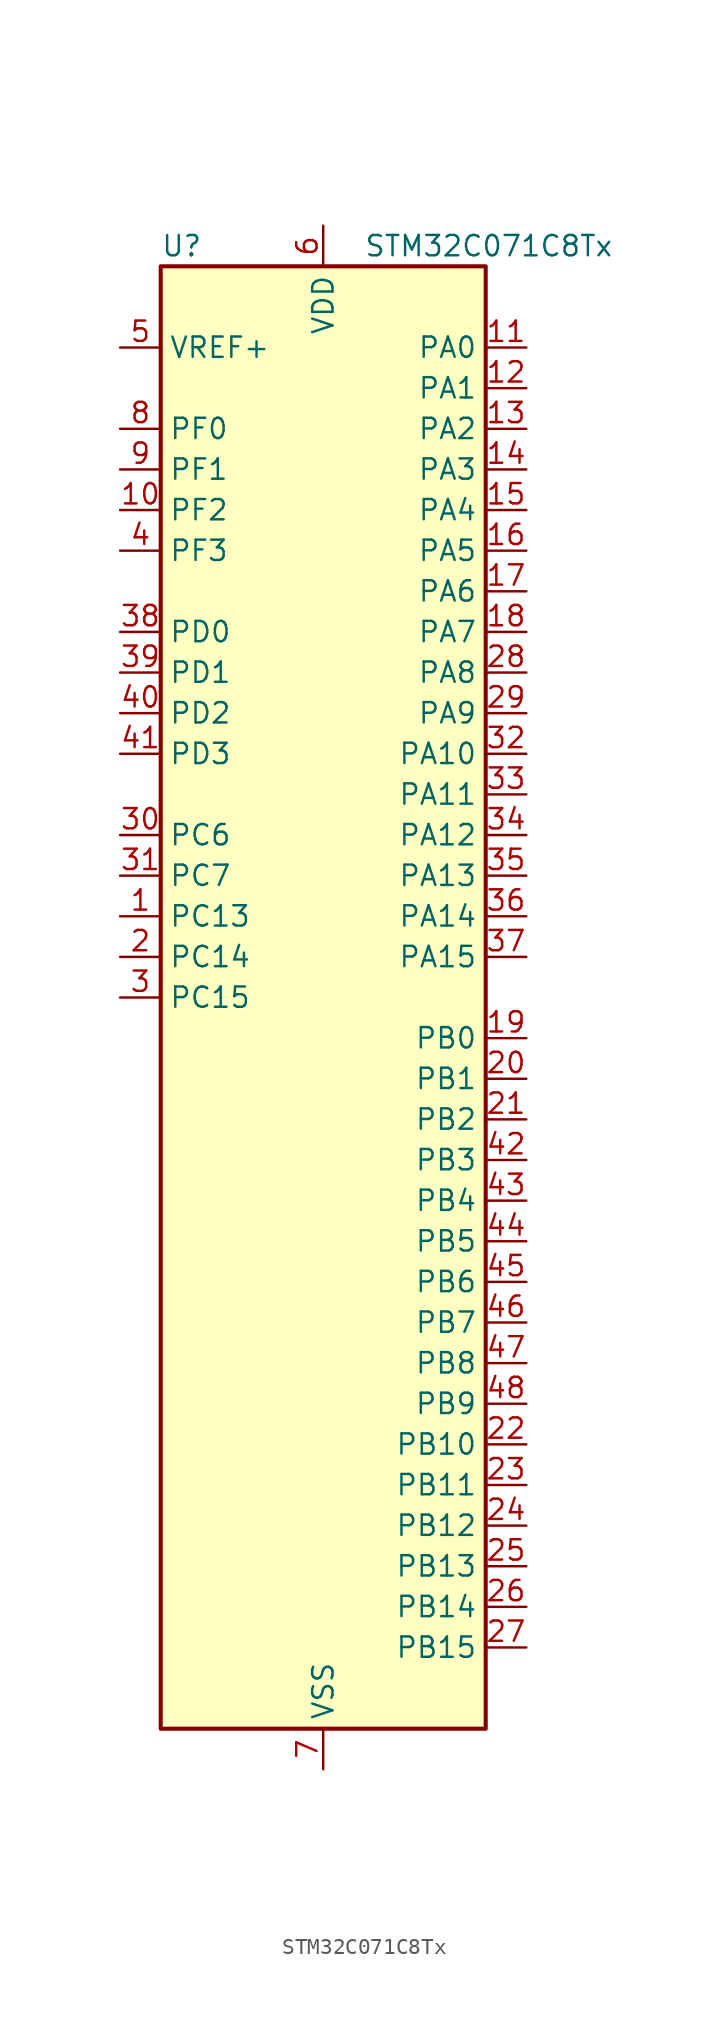
<source format=kicad_sym>
(kicad_symbol_lib
  (version 20241209)
  (generator "kicad_symbol_editor")
  (generator_version "9.0")
  (symbol "STM32C071C8Tx"
    (property "Reference" "U"
      (at -10.16 46.99 0)
      (effects (font (size 1.27 1.27)) (justify left)))
    (property "Value" "STM32C071C8Tx"
      (at 2.54 46.99 0)
      (effects (font (size 1.27 1.27)) (justify left)))
    (symbol "STM32C071C8Tx_0_1"
      (rectangle (start -10.16 -45.72) (end 10.16 45.72) (stroke (width 0.254) (type default)) (fill (type background))))
    (symbol "STM32C071C8Tx_1_1"
      (pin input line (at -12.7 40.64 0) (length 2.54) (name "VREF+" (effects (font (size 1.27 1.27)))) (number "5" (effects (font (size 1.27 1.27)))))
      (pin bidirectional line (at -12.7 35.56 0) (length 2.54) (name "PF0" (effects (font (size 1.27 1.27)))) (number "8" (effects (font (size 1.27 1.27)))) (alternate "CRS_SYNC" bidirectional line) (alternate "RCC_OSC_IN" bidirectional line) (alternate "TIM14_CH1" bidirectional line))
      (pin bidirectional line (at -12.7 33.02 0) (length 2.54) (name "PF1" (effects (font (size 1.27 1.27)))) (number "9" (effects (font (size 1.27 1.27)))) (alternate "RCC_OSC_EN" bidirectional line) (alternate "RCC_OSC_OUT" bidirectional line))
      (pin bidirectional line (at -12.7 30.48 0) (length 2.54) (name "PF2" (effects (font (size 1.27 1.27)))) (number "10" (effects (font (size 1.27 1.27)))) (alternate "RCC_MCO" bidirectional line) (alternate "TIM1_CH4" bidirectional line))
      (pin bidirectional line (at -12.7 27.94 0) (length 2.54) (name "PF3" (effects (font (size 1.27 1.27)))) (number "4" (effects (font (size 1.27 1.27)))))
      (pin bidirectional line (at -12.7 22.86 0) (length 2.54) (name "PD0" (effects (font (size 1.27 1.27)))) (number "38" (effects (font (size 1.27 1.27)))) (alternate "SPI2_NSS" bidirectional line) (alternate "TIM16_CH1" bidirectional line))
      (pin bidirectional line (at -12.7 20.32 0) (length 2.54) (name "PD1" (effects (font (size 1.27 1.27)))) (number "39" (effects (font (size 1.27 1.27)))) (alternate "SPI2_SCK" bidirectional line) (alternate "TIM17_CH1" bidirectional line))
      (pin bidirectional line (at -12.7 17.78 0) (length 2.54) (name "PD2" (effects (font (size 1.27 1.27)))) (number "40" (effects (font (size 1.27 1.27)))) (alternate "TIM1_CH1N" bidirectional line) (alternate "TIM3_ETR" bidirectional line))
      (pin bidirectional line (at -12.7 15.24 0) (length 2.54) (name "PD3" (effects (font (size 1.27 1.27)))) (number "41" (effects (font (size 1.27 1.27)))) (alternate "SPI2_MISO" bidirectional line) (alternate "TIM1_CH2N" bidirectional line) (alternate "USART2_CTS" bidirectional line) (alternate "USART2_NSS" bidirectional line))
      (pin bidirectional line (at -12.7 10.16 0) (length 2.54) (name "PC6" (effects (font (size 1.27 1.27)))) (number "30" (effects (font (size 1.27 1.27)))) (alternate "TIM2_CH3" bidirectional line) (alternate "TIM3_CH1" bidirectional line))
      (pin bidirectional line (at -12.7 7.62 0) (length 2.54) (name "PC7" (effects (font (size 1.27 1.27)))) (number "31" (effects (font (size 1.27 1.27)))) (alternate "TIM2_CH4" bidirectional line) (alternate "TIM3_CH2" bidirectional line))
      (pin bidirectional line (at -12.7 5.08 0) (length 2.54) (name "PC13" (effects (font (size 1.27 1.27)))) (number "1" (effects (font (size 1.27 1.27)))) (alternate "PWR_WKUP2" bidirectional line) (alternate "RTC_OUT1" bidirectional line) (alternate "RTC_TS" bidirectional line) (alternate "TIM1_BKIN" bidirectional line) (alternate "TIM1_ETR" bidirectional line))
      (pin bidirectional line (at -12.7 2.54 0) (length 2.54) (name "PC14" (effects (font (size 1.27 1.27)))) (number "2" (effects (font (size 1.27 1.27)))) (alternate "I2C1_SDA" bidirectional line) (alternate "IR_OUT" bidirectional line) (alternate "RCC_OSCX_IN" bidirectional line) (alternate "SPI2_NSS" bidirectional line) (alternate "TIM17_CH1" bidirectional line) (alternate "TIM1_BKIN2" bidirectional line) (alternate "TIM1_ETR" bidirectional line) (alternate "TIM3_CH2" bidirectional line) (alternate "USART1_TX" bidirectional line) (alternate "USART2_CK" bidirectional line) (alternate "USART2_DE" bidirectional line) (alternate "USART2_RTS" bidirectional line))
      (pin bidirectional line (at -12.7 0 0) (length 2.54) (name "PC15" (effects (font (size 1.27 1.27)))) (number "3" (effects (font (size 1.27 1.27)))) (alternate "RCC_OSC32_EN" bidirectional line) (alternate "RCC_OSCX_OUT" bidirectional line) (alternate "RCC_OSC_EN" bidirectional line) (alternate "TIM1_ETR" bidirectional line) (alternate "TIM3_CH3" bidirectional line))
      (pin power_in line (at 0 48.26 270) (length 2.54) (name "VDD" (effects (font (size 1.27 1.27)))) (number "6" (effects (font (size 1.27 1.27)))))
      (pin power_in line (at 0 -48.26 90) (length 2.54) (name "VSS" (effects (font (size 1.27 1.27)))) (number "7" (effects (font (size 1.27 1.27)))))
      (pin bidirectional line (at 12.7 40.64 180) (length 2.54) (name "PA0" (effects (font (size 1.27 1.27)))) (number "11" (effects (font (size 1.27 1.27)))) (alternate "ADC1_IN0" bidirectional line) (alternate "PWR_WKUP1" bidirectional line) (alternate "SPI2_SCK" bidirectional line) (alternate "TIM16_CH1" bidirectional line) (alternate "TIM1_CH1" bidirectional line) (alternate "TIM2_CH1" bidirectional line) (alternate "TIM2_ETR" bidirectional line) (alternate "USART1_TX" bidirectional line) (alternate "USART2_CTS" bidirectional line) (alternate "USART2_NSS" bidirectional line))
      (pin bidirectional line (at 12.7 38.1 180) (length 2.54) (name "PA1" (effects (font (size 1.27 1.27)))) (number "12" (effects (font (size 1.27 1.27)))) (alternate "ADC1_IN1" bidirectional line) (alternate "I2C1_SMBA" bidirectional line) (alternate "I2S1_CK" bidirectional line) (alternate "SPI1_SCK" bidirectional line) (alternate "TIM17_CH1" bidirectional line) (alternate "TIM1_CH2" bidirectional line) (alternate "TIM2_CH2" bidirectional line) (alternate "USART1_RX" bidirectional line) (alternate "USART2_CK" bidirectional line) (alternate "USART2_DE" bidirectional line) (alternate "USART2_RTS" bidirectional line))
      (pin bidirectional line (at 12.7 35.56 180) (length 2.54) (name "PA2" (effects (font (size 1.27 1.27)))) (number "13" (effects (font (size 1.27 1.27)))) (alternate "ADC1_IN2" bidirectional line) (alternate "I2S1_SD" bidirectional line) (alternate "PWR_WKUP4" bidirectional line) (alternate "RCC_LSCO" bidirectional line) (alternate "SPI1_MOSI" bidirectional line) (alternate "TIM16_CH1N" bidirectional line) (alternate "TIM1_CH3" bidirectional line) (alternate "TIM2_CH3" bidirectional line) (alternate "TIM3_ETR" bidirectional line) (alternate "USART2_TX" bidirectional line))
      (pin bidirectional line (at 12.7 33.02 180) (length 2.54) (name "PA3" (effects (font (size 1.27 1.27)))) (number "14" (effects (font (size 1.27 1.27)))) (alternate "ADC1_IN3" bidirectional line) (alternate "SPI2_MISO" bidirectional line) (alternate "TIM1_CH1N" bidirectional line) (alternate "TIM1_CH4" bidirectional line) (alternate "TIM2_CH4" bidirectional line) (alternate "USART2_RX" bidirectional line))
      (pin bidirectional line (at 12.7 30.48 180) (length 2.54) (name "PA4" (effects (font (size 1.27 1.27)))) (number "15" (effects (font (size 1.27 1.27)))) (alternate "ADC1_IN4" bidirectional line) (alternate "I2S1_WS" bidirectional line) (alternate "RTC_OUT2" bidirectional line) (alternate "SPI1_NSS" bidirectional line) (alternate "SPI2_MOSI" bidirectional line) (alternate "TIM14_CH1" bidirectional line) (alternate "TIM17_CH1N" bidirectional line) (alternate "TIM1_CH2N" bidirectional line) (alternate "USART2_TX" bidirectional line) (alternate "USB_NOE" bidirectional line))
      (pin bidirectional line (at 12.7 27.94 180) (length 2.54) (name "PA5" (effects (font (size 1.27 1.27)))) (number "16" (effects (font (size 1.27 1.27)))) (alternate "ADC1_IN5" bidirectional line) (alternate "I2S1_CK" bidirectional line) (alternate "SPI1_SCK" bidirectional line) (alternate "TIM1_CH1" bidirectional line) (alternate "TIM1_CH3N" bidirectional line) (alternate "TIM2_CH1" bidirectional line) (alternate "TIM2_ETR" bidirectional line) (alternate "USART2_RX" bidirectional line))
      (pin bidirectional line (at 12.7 25.4 180) (length 2.54) (name "PA6" (effects (font (size 1.27 1.27)))) (number "17" (effects (font (size 1.27 1.27)))) (alternate "ADC1_IN6" bidirectional line) (alternate "I2C2_SDA" bidirectional line) (alternate "I2S1_MCK" bidirectional line) (alternate "SPI1_MISO" bidirectional line) (alternate "TIM16_CH1" bidirectional line) (alternate "TIM1_BKIN" bidirectional line) (alternate "TIM3_CH1" bidirectional line))
      (pin bidirectional line (at 12.7 22.86 180) (length 2.54) (name "PA7" (effects (font (size 1.27 1.27)))) (number "18" (effects (font (size 1.27 1.27)))) (alternate "ADC1_IN7" bidirectional line) (alternate "I2C2_SCL" bidirectional line) (alternate "I2S1_SD" bidirectional line) (alternate "SPI1_MOSI" bidirectional line) (alternate "TIM14_CH1" bidirectional line) (alternate "TIM17_CH1" bidirectional line) (alternate "TIM1_CH1N" bidirectional line) (alternate "TIM3_CH2" bidirectional line))
      (pin bidirectional line (at 12.7 20.32 180) (length 2.54) (name "PA8" (effects (font (size 1.27 1.27)))) (number "28" (effects (font (size 1.27 1.27)))) (alternate "ADC1_IN8" bidirectional line) (alternate "CRS_SYNC" bidirectional line) (alternate "I2S1_WS" bidirectional line) (alternate "RCC_MCO" bidirectional line) (alternate "RCC_MCO2" bidirectional line) (alternate "SPI1_NSS" bidirectional line) (alternate "SPI2_MISO" bidirectional line) (alternate "SPI2_NSS" bidirectional line) (alternate "TIM14_CH1" bidirectional line) (alternate "TIM1_CH1" bidirectional line) (alternate "TIM1_CH2N" bidirectional line) (alternate "TIM1_CH3N" bidirectional line) (alternate "TIM3_CH3" bidirectional line) (alternate "TIM3_CH4" bidirectional line) (alternate "USART1_RX" bidirectional line) (alternate "USART2_TX" bidirectional line))
      (pin bidirectional line (at 12.7 17.78 180) (length 2.54) (name "PA9" (effects (font (size 1.27 1.27)))) (number "29" (effects (font (size 1.27 1.27)))) (alternate "I2C1_SCL" bidirectional line) (alternate "I2C2_SCL" bidirectional line) (alternate "RCC_MCO" bidirectional line) (alternate "SPI2_MISO" bidirectional line) (alternate "TIM1_CH2" bidirectional line) (alternate "TIM3_ETR" bidirectional line) (alternate "USART1_TX" bidirectional line))
      (pin bidirectional line (at 12.7 15.24 180) (length 2.54) (name "PA10" (effects (font (size 1.27 1.27)))) (number "32" (effects (font (size 1.27 1.27)))) (alternate "I2C1_SDA" bidirectional line) (alternate "I2C2_SDA" bidirectional line) (alternate "RCC_MCO2" bidirectional line) (alternate "SPI2_MOSI" bidirectional line) (alternate "TIM17_BKIN" bidirectional line) (alternate "TIM1_CH3" bidirectional line) (alternate "USART1_RX" bidirectional line))
      (pin bidirectional line (at 12.7 12.7 180) (length 2.54) (name "PA11" (effects (font (size 1.27 1.27)))) (number "33" (effects (font (size 1.27 1.27)))) (alternate "ADC1_EXTI11" bidirectional line) (alternate "I2C2_SCL" bidirectional line) (alternate "I2S1_MCK" bidirectional line) (alternate "SPI1_MISO" bidirectional line) (alternate "TIM1_BKIN2" bidirectional line) (alternate "TIM1_CH4" bidirectional line) (alternate "USART1_CTS" bidirectional line) (alternate "USART1_NSS" bidirectional line) (alternate "USB_DM" bidirectional line))
      (pin bidirectional line (at 12.7 10.16 180) (length 2.54) (name "PA12" (effects (font (size 1.27 1.27)))) (number "34" (effects (font (size 1.27 1.27)))) (alternate "I2C2_SDA" bidirectional line) (alternate "I2S1_SD" bidirectional line) (alternate "I2S_CKIN" bidirectional line) (alternate "SPI1_MOSI" bidirectional line) (alternate "TIM1_ETR" bidirectional line) (alternate "USART1_CK" bidirectional line) (alternate "USART1_DE" bidirectional line) (alternate "USART1_RTS" bidirectional line) (alternate "USB_DP" bidirectional line))
      (pin bidirectional line (at 12.7 7.62 180) (length 2.54) (name "PA13" (effects (font (size 1.27 1.27)))) (number "35" (effects (font (size 1.27 1.27)))) (alternate "ADC1_IN13" bidirectional line) (alternate "DEBUG_SWDIO" bidirectional line) (alternate "IR_OUT" bidirectional line) (alternate "TIM3_ETR" bidirectional line) (alternate "USART2_RX" bidirectional line) (alternate "USB_NOE" bidirectional line))
      (pin bidirectional line (at 12.7 5.08 180) (length 2.54) (name "PA14" (effects (font (size 1.27 1.27)))) (number "36" (effects (font (size 1.27 1.27)))) (alternate "ADC1_IN14" bidirectional line) (alternate "DEBUG_SWCLK" bidirectional line) (alternate "I2S1_WS" bidirectional line) (alternate "RCC_MCO2" bidirectional line) (alternate "SPI1_NSS" bidirectional line) (alternate "TIM1_CH1" bidirectional line) (alternate "USART1_CK" bidirectional line) (alternate "USART1_DE" bidirectional line) (alternate "USART1_RTS" bidirectional line) (alternate "USART2_RX" bidirectional line) (alternate "USART2_TX" bidirectional line))
      (pin bidirectional line (at 12.7 2.54 180) (length 2.54) (name "PA15" (effects (font (size 1.27 1.27)))) (number "37" (effects (font (size 1.27 1.27)))) (alternate "I2S1_WS" bidirectional line) (alternate "RCC_MCO2" bidirectional line) (alternate "SPI1_NSS" bidirectional line) (alternate "TIM1_CH1" bidirectional line) (alternate "TIM2_CH1" bidirectional line) (alternate "TIM2_ETR" bidirectional line) (alternate "USART1_CK" bidirectional line) (alternate "USART1_DE" bidirectional line) (alternate "USART1_RTS" bidirectional line) (alternate "USART2_RX" bidirectional line) (alternate "USB_NOE" bidirectional line))
      (pin bidirectional line (at 12.7 -2.54 180) (length 2.54) (name "PB0" (effects (font (size 1.27 1.27)))) (number "19" (effects (font (size 1.27 1.27)))) (alternate "ADC1_IN17" bidirectional line) (alternate "I2S1_WS" bidirectional line) (alternate "SPI1_NSS" bidirectional line) (alternate "TIM1_CH2N" bidirectional line) (alternate "TIM3_CH3" bidirectional line))
      (pin bidirectional line (at 12.7 -5.08 180) (length 2.54) (name "PB1" (effects (font (size 1.27 1.27)))) (number "20" (effects (font (size 1.27 1.27)))) (alternate "ADC1_IN18" bidirectional line) (alternate "TIM14_CH1" bidirectional line) (alternate "TIM1_CH2N" bidirectional line) (alternate "TIM1_CH3N" bidirectional line) (alternate "TIM3_CH4" bidirectional line))
      (pin bidirectional line (at 12.7 -7.62 180) (length 2.54) (name "PB2" (effects (font (size 1.27 1.27)))) (number "21" (effects (font (size 1.27 1.27)))) (alternate "ADC1_IN19" bidirectional line) (alternate "RCC_MCO2" bidirectional line) (alternate "SPI2_MISO" bidirectional line) (alternate "USART1_RX" bidirectional line))
      (pin bidirectional line (at 12.7 -10.16 180) (length 2.54) (name "PB3" (effects (font (size 1.27 1.27)))) (number "42" (effects (font (size 1.27 1.27)))) (alternate "I2C2_SCL" bidirectional line) (alternate "I2S1_CK" bidirectional line) (alternate "SPI1_SCK" bidirectional line) (alternate "TIM1_CH2" bidirectional line) (alternate "TIM2_CH2" bidirectional line) (alternate "TIM3_CH2" bidirectional line) (alternate "USART1_CK" bidirectional line) (alternate "USART1_DE" bidirectional line) (alternate "USART1_RTS" bidirectional line))
      (pin bidirectional line (at 12.7 -12.7 180) (length 2.54) (name "PB4" (effects (font (size 1.27 1.27)))) (number "43" (effects (font (size 1.27 1.27)))) (alternate "I2C2_SDA" bidirectional line) (alternate "I2S1_MCK" bidirectional line) (alternate "SPI1_MISO" bidirectional line) (alternate "TIM17_BKIN" bidirectional line) (alternate "TIM3_CH1" bidirectional line) (alternate "USART1_CTS" bidirectional line) (alternate "USART1_NSS" bidirectional line))
      (pin bidirectional line (at 12.7 -15.24 180) (length 2.54) (name "PB5" (effects (font (size 1.27 1.27)))) (number "44" (effects (font (size 1.27 1.27)))) (alternate "I2C1_SMBA" bidirectional line) (alternate "I2S1_SD" bidirectional line) (alternate "PWR_WKUP6" bidirectional line) (alternate "SPI1_MOSI" bidirectional line) (alternate "TIM16_BKIN" bidirectional line) (alternate "TIM3_CH2" bidirectional line) (alternate "TIM3_CH3" bidirectional line))
      (pin bidirectional line (at 12.7 -17.78 180) (length 2.54) (name "PB6" (effects (font (size 1.27 1.27)))) (number "45" (effects (font (size 1.27 1.27)))) (alternate "I2C1_SCL" bidirectional line) (alternate "I2C1_SMBA" bidirectional line) (alternate "I2S1_CK" bidirectional line) (alternate "I2S1_MCK" bidirectional line) (alternate "I2S1_SD" bidirectional line) (alternate "PWR_WKUP3" bidirectional line) (alternate "SPI1_MISO" bidirectional line) (alternate "SPI1_MOSI" bidirectional line) (alternate "SPI1_SCK" bidirectional line) (alternate "SPI2_MISO" bidirectional line) (alternate "TIM16_BKIN" bidirectional line) (alternate "TIM16_CH1N" bidirectional line) (alternate "TIM17_BKIN" bidirectional line) (alternate "TIM1_CH2" bidirectional line) (alternate "TIM1_CH3" bidirectional line) (alternate "TIM3_CH1" bidirectional line) (alternate "TIM3_CH2" bidirectional line) (alternate "TIM3_CH3" bidirectional line) (alternate "USART1_CTS" bidirectional line) (alternate "USART1_NSS" bidirectional line) (alternate "USART1_TX" bidirectional line))
      (pin bidirectional line (at 12.7 -20.32 180) (length 2.54) (name "PB7" (effects (font (size 1.27 1.27)))) (number "46" (effects (font (size 1.27 1.27)))) (alternate "I2C1_SCL" bidirectional line) (alternate "I2C1_SDA" bidirectional line) (alternate "SPI2_MOSI" bidirectional line) (alternate "TIM16_CH1" bidirectional line) (alternate "TIM17_CH1N" bidirectional line) (alternate "TIM1_CH4" bidirectional line) (alternate "TIM3_CH1" bidirectional line) (alternate "TIM3_CH4" bidirectional line) (alternate "USART1_RX" bidirectional line) (alternate "USART2_CTS" bidirectional line) (alternate "USART2_NSS" bidirectional line))
      (pin bidirectional line (at 12.7 -22.86 180) (length 2.54) (name "PB8" (effects (font (size 1.27 1.27)))) (number "47" (effects (font (size 1.27 1.27)))) (alternate "I2C1_SCL" bidirectional line) (alternate "SPI2_SCK" bidirectional line) (alternate "TIM16_CH1" bidirectional line) (alternate "TIM3_CH1" bidirectional line) (alternate "USART2_CTS" bidirectional line) (alternate "USART2_NSS" bidirectional line))
      (pin bidirectional line (at 12.7 -25.4 180) (length 2.54) (name "PB9" (effects (font (size 1.27 1.27)))) (number "48" (effects (font (size 1.27 1.27)))) (alternate "I2C1_SDA" bidirectional line) (alternate "IR_OUT" bidirectional line) (alternate "SPI2_NSS" bidirectional line) (alternate "TIM17_CH1" bidirectional line) (alternate "TIM3_CH2" bidirectional line) (alternate "USART2_CK" bidirectional line) (alternate "USART2_DE" bidirectional line) (alternate "USART2_RTS" bidirectional line))
      (pin bidirectional line (at 12.7 -27.94 180) (length 2.54) (name "PB10" (effects (font (size 1.27 1.27)))) (number "22" (effects (font (size 1.27 1.27)))) (alternate "ADC1_IN20" bidirectional line) (alternate "I2C2_SCL" bidirectional line) (alternate "SPI2_SCK" bidirectional line) (alternate "TIM2_CH3" bidirectional line))
      (pin bidirectional line (at 12.7 -30.48 180) (length 2.54) (name "PB11" (effects (font (size 1.27 1.27)))) (number "23" (effects (font (size 1.27 1.27)))) (alternate "ADC1_EXTI11" bidirectional line) (alternate "ADC1_IN21" bidirectional line) (alternate "I2C2_SDA" bidirectional line) (alternate "SPI2_MOSI" bidirectional line) (alternate "TIM2_CH4" bidirectional line))
      (pin bidirectional line (at 12.7 -33.02 180) (length 2.54) (name "PB12" (effects (font (size 1.27 1.27)))) (number "24" (effects (font (size 1.27 1.27)))) (alternate "ADC1_IN22" bidirectional line) (alternate "SPI2_NSS" bidirectional line) (alternate "TIM1_BKIN" bidirectional line) (alternate "TIM1_BKIN2" bidirectional line))
      (pin bidirectional line (at 12.7 -35.56 180) (length 2.54) (name "PB13" (effects (font (size 1.27 1.27)))) (number "25" (effects (font (size 1.27 1.27)))) (alternate "I2C2_SCL" bidirectional line) (alternate "SPI2_SCK" bidirectional line) (alternate "TIM1_CH1N" bidirectional line))
      (pin bidirectional line (at 12.7 -38.1 180) (length 2.54) (name "PB14" (effects (font (size 1.27 1.27)))) (number "26" (effects (font (size 1.27 1.27)))) (alternate "I2C2_SDA" bidirectional line) (alternate "SPI2_MISO" bidirectional line) (alternate "TIM1_CH2N" bidirectional line))
      (pin bidirectional line (at 12.7 -40.64 180) (length 2.54) (name "PB15" (effects (font (size 1.27 1.27)))) (number "27" (effects (font (size 1.27 1.27)))) (alternate "RTC_REFIN" bidirectional line) (alternate "SPI2_MOSI" bidirectional line) (alternate "TIM1_CH3N" bidirectional line)))))
</source>
